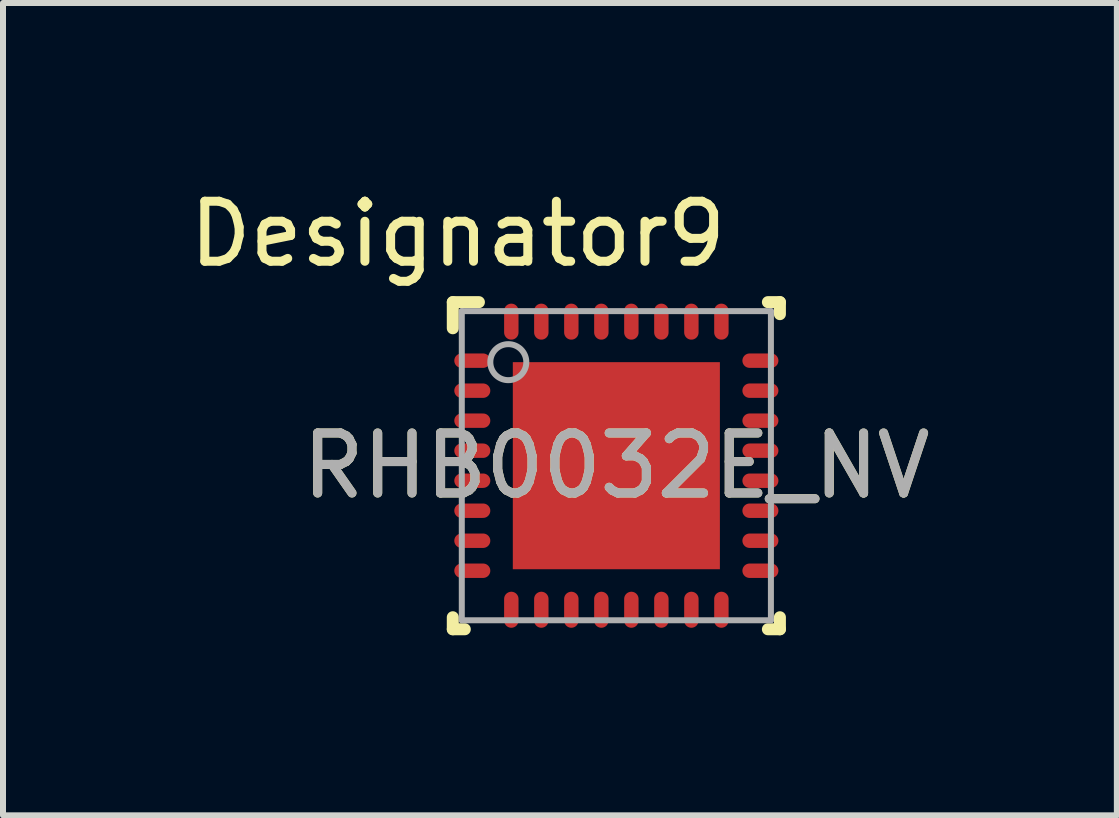
<source format=kicad_pcb>
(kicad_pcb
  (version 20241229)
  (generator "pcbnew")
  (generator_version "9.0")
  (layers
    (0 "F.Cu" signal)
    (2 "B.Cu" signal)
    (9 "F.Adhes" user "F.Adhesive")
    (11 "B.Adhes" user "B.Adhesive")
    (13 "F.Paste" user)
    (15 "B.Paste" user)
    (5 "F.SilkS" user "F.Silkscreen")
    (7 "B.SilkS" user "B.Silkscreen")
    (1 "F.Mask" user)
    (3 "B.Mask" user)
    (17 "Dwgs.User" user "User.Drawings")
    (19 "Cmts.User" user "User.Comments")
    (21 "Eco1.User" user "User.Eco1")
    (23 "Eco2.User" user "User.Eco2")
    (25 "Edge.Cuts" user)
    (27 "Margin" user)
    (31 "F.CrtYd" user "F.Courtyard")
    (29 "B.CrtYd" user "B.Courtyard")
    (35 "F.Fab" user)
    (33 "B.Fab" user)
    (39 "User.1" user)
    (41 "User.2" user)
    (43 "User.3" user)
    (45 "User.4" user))
  (footprint "RHB0032E_NV"
    (layer "F.Cu")
    (at 7.219 4.709)
    (property "Reference" "RHB0032E_NV" (at 0 0 0) (unlocked yes) (layer "F.SilkS") (effects (font (size 1 1) (thickness 0.15))))
    (attr smd)
    (fp_line (start -2.725 -2.725) (end -2.29 -2.725) (stroke (width 0.2) (type solid)) (layer "F.SilkS"))
    (fp_line (start -2.725 -2.29) (end -2.725 -2.725) (stroke (width 0.2) (type solid)) (layer "F.SilkS"))
    (fp_line (start -2.725 2.725) (end -2.725 2.525) (stroke (width 0.2) (type solid)) (layer "F.SilkS"))
    (fp_line (start -2.725 2.725) (end -2.525 2.725) (stroke (width 0.2) (type solid)) (layer "F.SilkS"))
    (fp_line (start 2.525 -2.725) (end 2.725 -2.725) (stroke (width 0.2) (type solid)) (layer "F.SilkS"))
    (fp_line (start 2.525 2.725) (end 2.725 2.725) (stroke (width 0.2) (type solid)) (layer "F.SilkS"))
    (fp_line (start 2.725 -2.525) (end 2.725 -2.725) (stroke (width 0.2) (type solid)) (layer "F.SilkS"))
    (fp_line (start 2.725 2.725) (end 2.725 2.525) (stroke (width 0.2) (type solid)) (layer "F.SilkS"))
    (fp_poly (pts (xy -0.1 -1.586) (xy -1.586 -1.586) (xy -1.586 -0.1) (xy -0.1 -0.1)) (stroke (width 0) (type solid)) (fill yes) (layer "F.Paste"))
    (fp_poly (pts (xy -0.1 0.1) (xy -1.586 0.1) (xy -1.586 1.586) (xy -0.1 1.586)) (stroke (width 0) (type solid)) (fill yes) (layer "F.Paste"))
    (fp_poly (pts (xy 0.1 -0.1) (xy 1.586 -0.1) (xy 1.586 -1.586) (xy 0.1 -1.586)) (stroke (width 0) (type solid)) (fill yes) (layer "F.Paste"))
    (fp_poly (pts (xy 0.1 1.586) (xy 1.586 1.586) (xy 1.586 0.1) (xy 0.1 0.1)) (stroke (width 0) (type solid)) (fill yes) (layer "F.Paste"))
    (fp_line (start -2.575 -2.575) (end 2.575 -2.575) (stroke (width 0.1) (type solid)) (layer "F.Fab"))
    (fp_line (start -2.575 2.575) (end -2.575 -2.575) (stroke (width 0.1) (type solid)) (layer "F.Fab"))
    (fp_line (start -2.575 2.575) (end 2.575 2.575) (stroke (width 0.1) (type solid)) (layer "F.Fab"))
    (fp_line (start 2.575 2.575) (end 2.575 -2.575) (stroke (width 0.1) (type solid)) (layer "F.Fab"))
    (fp_circle (center -1.8 -1.725) (end -1.5 -1.725) (stroke (width 0.1) (type solid)) (fill no) (layer "F.Fab"))
    (fp_text user "Designator9" (at -2.642 -3.861 0) (unlocked yes) (layer "F.SilkS") (effects (font (size 1 1) (thickness 0.15))))
    (fp_text user "${REFERENCE}" (at 0 0 0) (unlocked yes) (layer "F.Fab") (effects (font (size 1 1) (thickness 0.15))))
    (pad "1" smd oval (at -2.4 -1.75 90) (size 0.24 0.6) (layers "F.Cu" "F.Mask" "F.Paste"))
    (pad "2" smd oval (at -2.4 -1.25 90) (size 0.24 0.6) (layers "F.Cu" "F.Mask" "F.Paste"))
    (pad "3" smd oval (at -2.4 -0.75 90) (size 0.24 0.6) (layers "F.Cu" "F.Mask" "F.Paste"))
    (pad "4" smd oval (at -2.4 -0.25 90) (size 0.24 0.6) (layers "F.Cu" "F.Mask" "F.Paste"))
    (pad "5" smd oval (at -2.4 0.25 90) (size 0.24 0.6) (layers "F.Cu" "F.Mask" "F.Paste"))
    (pad "6" smd oval (at -2.4 0.75 90) (size 0.24 0.6) (layers "F.Cu" "F.Mask" "F.Paste"))
    (pad "7" smd oval (at -2.4 1.25 90) (size 0.24 0.6) (layers "F.Cu" "F.Mask" "F.Paste"))
    (pad "8" smd oval (at -2.4 1.75 90) (size 0.24 0.6) (layers "F.Cu" "F.Mask" "F.Paste"))
    (pad "9" smd oval (at -1.75 2.4) (size 0.24 0.6) (layers "F.Cu" "F.Mask" "F.Paste"))
    (pad "10" smd oval (at -1.25 2.4) (size 0.24 0.6) (layers "F.Cu" "F.Mask" "F.Paste"))
    (pad "11" smd oval (at -0.75 2.4) (size 0.24 0.6) (layers "F.Cu" "F.Mask" "F.Paste"))
    (pad "12" smd oval (at -0.25 2.4) (size 0.24 0.6) (layers "F.Cu" "F.Mask" "F.Paste"))
    (pad "13" smd oval (at 0.25 2.4) (size 0.24 0.6) (layers "F.Cu" "F.Mask" "F.Paste"))
    (pad "14" smd oval (at 0.75 2.4) (size 0.24 0.6) (layers "F.Cu" "F.Mask" "F.Paste"))
    (pad "15" smd oval (at 1.25 2.4) (size 0.24 0.6) (layers "F.Cu" "F.Mask" "F.Paste"))
    (pad "16" smd oval (at 1.75 2.4) (size 0.24 0.6) (layers "F.Cu" "F.Mask" "F.Paste"))
    (pad "17" smd oval (at 2.4 1.75 90) (size 0.24 0.6) (layers "F.Cu" "F.Mask" "F.Paste"))
    (pad "18" smd oval (at 2.4 1.25 90) (size 0.24 0.6) (layers "F.Cu" "F.Mask" "F.Paste"))
    (pad "19" smd oval (at 2.4 0.75 90) (size 0.24 0.6) (layers "F.Cu" "F.Mask" "F.Paste"))
    (pad "20" smd oval (at 2.4 0.25 90) (size 0.24 0.6) (layers "F.Cu" "F.Mask" "F.Paste"))
    (pad "21" smd oval (at 2.4 -0.25 90) (size 0.24 0.6) (layers "F.Cu" "F.Mask" "F.Paste"))
    (pad "22" smd oval (at 2.4 -0.75 90) (size 0.24 0.6) (layers "F.Cu" "F.Mask" "F.Paste"))
    (pad "23" smd oval (at 2.4 -1.25 90) (size 0.24 0.6) (layers "F.Cu" "F.Mask" "F.Paste"))
    (pad "24" smd oval (at 2.4 -1.75 90) (size 0.24 0.6) (layers "F.Cu" "F.Mask" "F.Paste"))
    (pad "25" smd oval (at 1.75 -2.4) (size 0.24 0.6) (layers "F.Cu" "F.Mask" "F.Paste"))
    (pad "26" smd oval (at 1.25 -2.4) (size 0.24 0.6) (layers "F.Cu" "F.Mask" "F.Paste"))
    (pad "27" smd oval (at 0.75 -2.4) (size 0.24 0.6) (layers "F.Cu" "F.Mask" "F.Paste"))
    (pad "28" smd oval (at 0.25 -2.4) (size 0.24 0.6) (layers "F.Cu" "F.Mask" "F.Paste"))
    (pad "29" smd oval (at -0.25 -2.4) (size 0.24 0.6) (layers "F.Cu" "F.Mask" "F.Paste"))
    (pad "30" smd oval (at -0.75 -2.4) (size 0.24 0.6) (layers "F.Cu" "F.Mask" "F.Paste"))
    (pad "31" smd oval (at -1.25 -2.4) (size 0.24 0.6) (layers "F.Cu" "F.Mask" "F.Paste"))
    (pad "32" smd oval (at -1.75 -2.4) (size 0.24 0.6) (layers "F.Cu" "F.Mask" "F.Paste"))
    (pad "33" smd rect (at 0 -0.000003) (size 3.45 3.45) (layers "F.Cu" "F.Mask")))
  (gr_rect
    (start -3 -3)
    (end 15.558 10.534)
    (stroke (width 0.1) (type default))
    (fill no)
    (layer "Edge.Cuts")))
</source>
